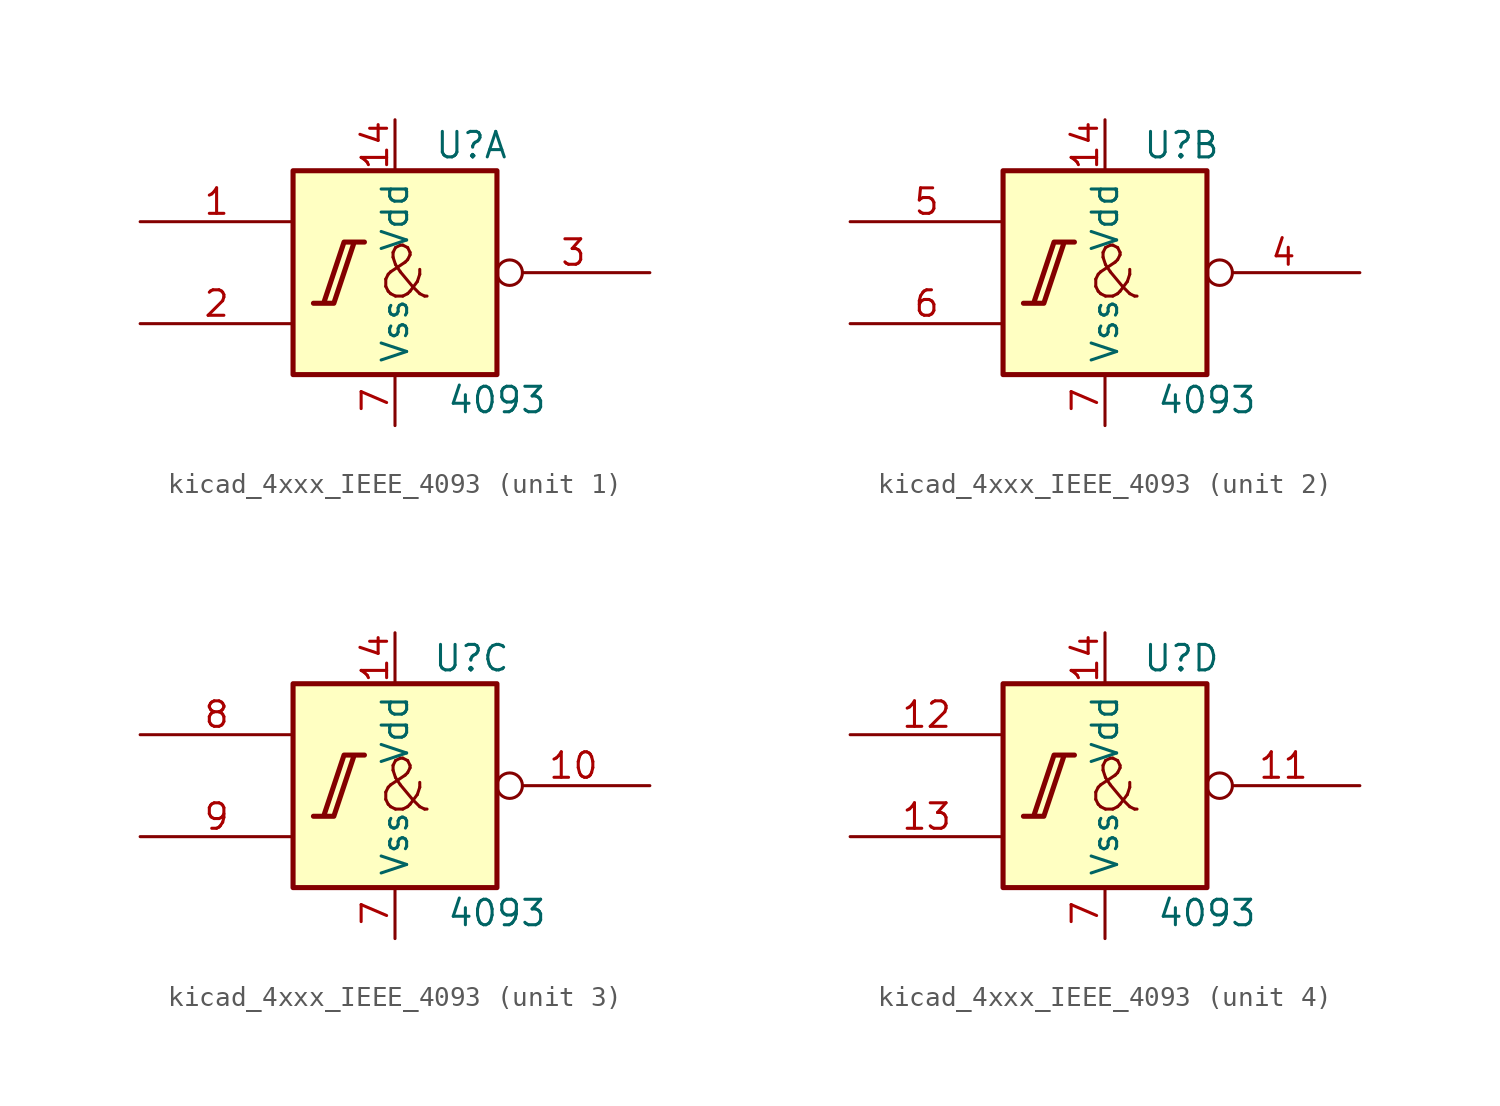
<source format=kicad_sym>
(kicad_symbol_lib
  (version 20220914)
  (generator kicad_symbol_editor)
  (symbol "kicad_4xxx_IEEE_4093"
    (property "Reference" "U"
      (at 3.81 6.35 0)
      (effects (font (size 1.27 1.27))))
    (property "Value" "4093"
      (at 5.08 -6.35 0)
      (effects (font (size 1.27 1.27))))
    (symbol "kicad_4xxx_IEEE_4093_0_0"
      (rectangle (start -5.08 5.08) (end 5.08 -5.08) (stroke (width 0.254) (type default)) (fill (type background)))
      (polyline (pts (xy -4.064 -1.524) (xy -3.048 -1.524) (xy -2.032 1.524) (xy -1.524 1.524) (xy -2.54 1.524) (xy -3.556 -1.524) (xy -3.556 -1.524)) (stroke (width 0.254) (type default)) (fill (type background)))
      (text "&" (at 0.508 0 0) (effects (font (size 2.54 2.54))))
      (pin power_in line (at 0 7.62 270) (length 2.54) (name "Vdd" (effects (font (size 1.27 1.27)))) (number "14" (effects (font (size 1.27 1.27)))))
      (pin power_in line (at 0 -7.62 90) (length 2.54) (name "Vss" (effects (font (size 1.27 1.27)))) (number "7" (effects (font (size 1.27 1.27))))))
    (symbol "kicad_4xxx_IEEE_4093_1_1"
      (pin input line (at -12.7 2.54 0) (length 7.62) (name "~" (effects (font (size 1.27 1.27)))) (number "1" (effects (font (size 1.27 1.27)))))
      (pin input line (at -12.7 -2.54 0) (length 7.62) (name "~" (effects (font (size 1.27 1.27)))) (number "2" (effects (font (size 1.27 1.27)))))
      (pin output inverted (at 12.7 0 180) (length 7.62) (name "~" (effects (font (size 1.27 1.27)))) (number "3" (effects (font (size 1.27 1.27))))))
    (symbol "kicad_4xxx_IEEE_4093_2_1"
      (pin output inverted (at 12.7 0 180) (length 7.62) (name "~" (effects (font (size 1.27 1.27)))) (number "4" (effects (font (size 1.27 1.27)))))
      (pin input line (at -12.7 2.54 0) (length 7.62) (name "~" (effects (font (size 1.27 1.27)))) (number "5" (effects (font (size 1.27 1.27)))))
      (pin input line (at -12.7 -2.54 0) (length 7.62) (name "~" (effects (font (size 1.27 1.27)))) (number "6" (effects (font (size 1.27 1.27))))))
    (symbol "kicad_4xxx_IEEE_4093_3_1"
      (pin output inverted (at 12.7 0 180) (length 7.62) (name "~" (effects (font (size 1.27 1.27)))) (number "10" (effects (font (size 1.27 1.27)))))
      (pin input line (at -12.7 2.54 0) (length 7.62) (name "~" (effects (font (size 1.27 1.27)))) (number "8" (effects (font (size 1.27 1.27)))))
      (pin input line (at -12.7 -2.54 0) (length 7.62) (name "~" (effects (font (size 1.27 1.27)))) (number "9" (effects (font (size 1.27 1.27))))))
    (symbol "kicad_4xxx_IEEE_4093_4_1"
      (pin output inverted (at 12.7 0 180) (length 7.62) (name "~" (effects (font (size 1.27 1.27)))) (number "11" (effects (font (size 1.27 1.27)))))
      (pin input line (at -12.7 2.54 0) (length 7.62) (name "~" (effects (font (size 1.27 1.27)))) (number "12" (effects (font (size 1.27 1.27)))))
      (pin input line (at -12.7 -2.54 0) (length 7.62) (name "~" (effects (font (size 1.27 1.27)))) (number "13" (effects (font (size 1.27 1.27))))))))
</source>
